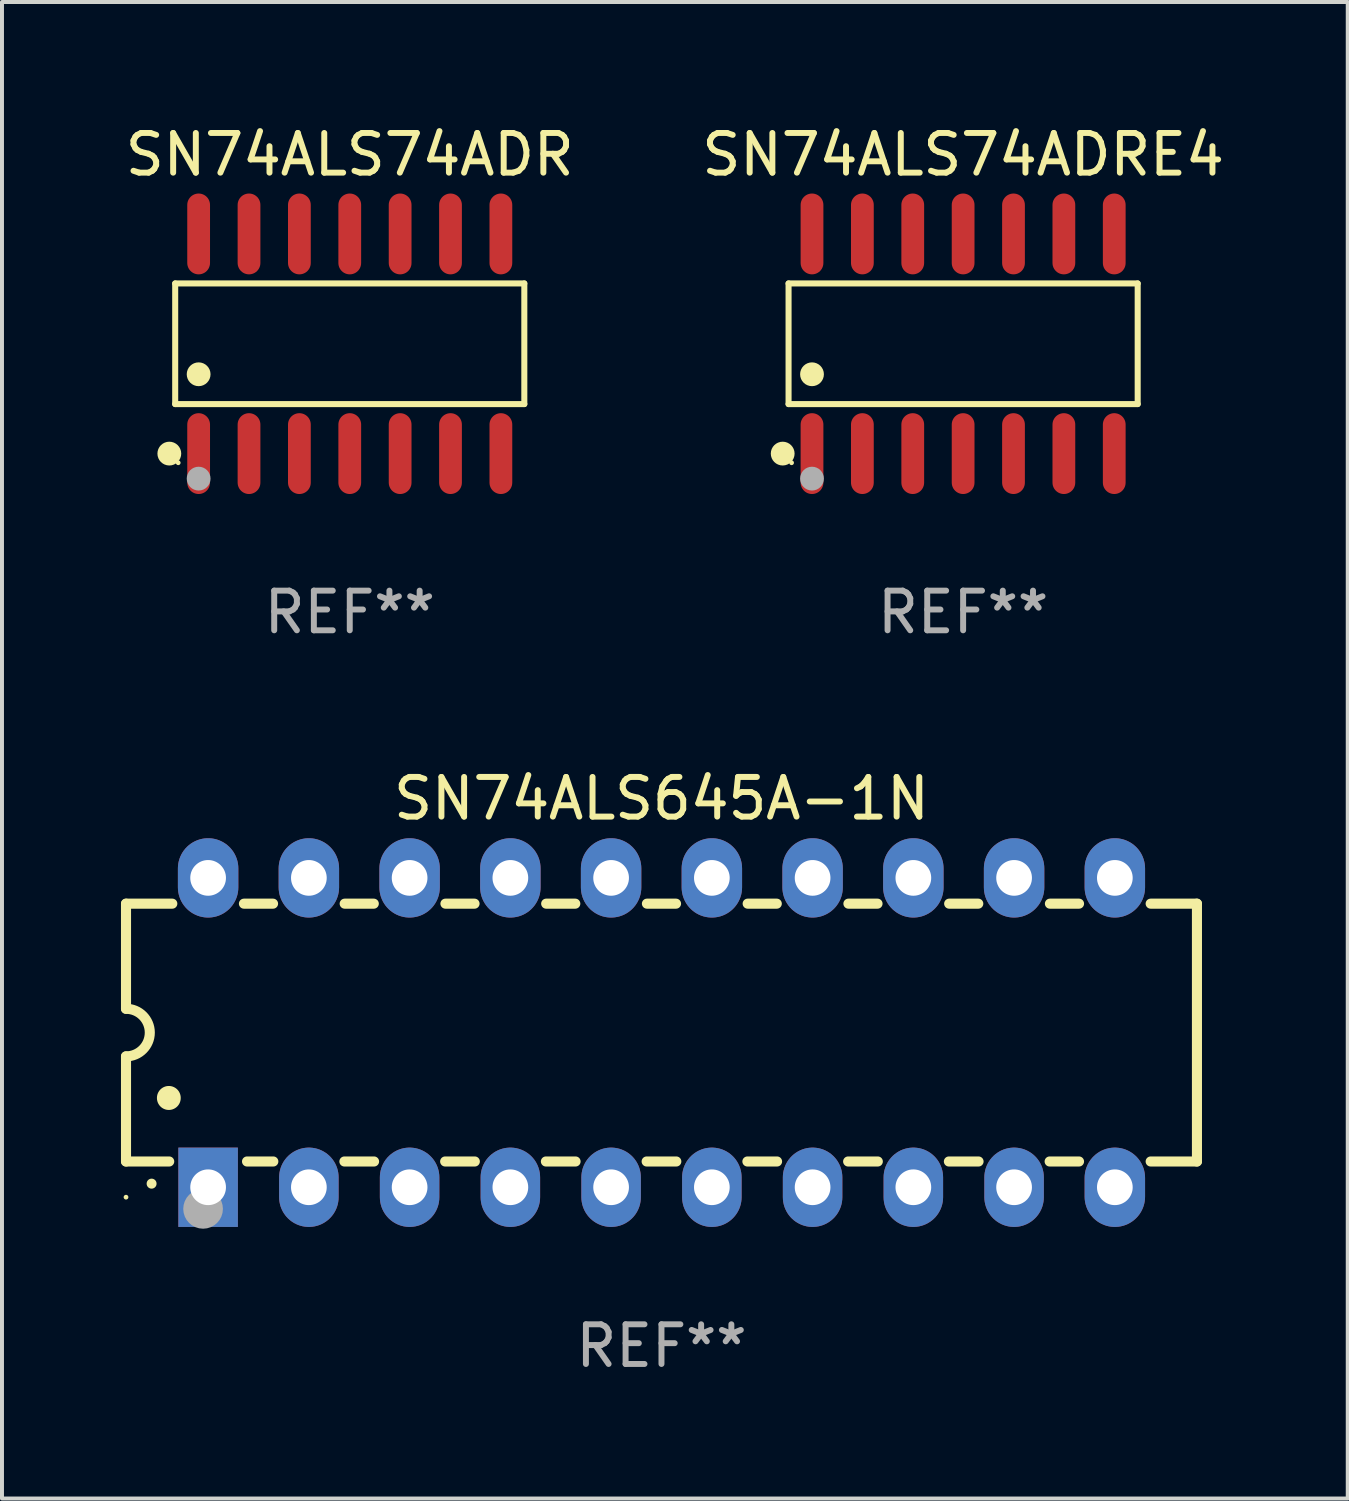
<source format=kicad_pcb>
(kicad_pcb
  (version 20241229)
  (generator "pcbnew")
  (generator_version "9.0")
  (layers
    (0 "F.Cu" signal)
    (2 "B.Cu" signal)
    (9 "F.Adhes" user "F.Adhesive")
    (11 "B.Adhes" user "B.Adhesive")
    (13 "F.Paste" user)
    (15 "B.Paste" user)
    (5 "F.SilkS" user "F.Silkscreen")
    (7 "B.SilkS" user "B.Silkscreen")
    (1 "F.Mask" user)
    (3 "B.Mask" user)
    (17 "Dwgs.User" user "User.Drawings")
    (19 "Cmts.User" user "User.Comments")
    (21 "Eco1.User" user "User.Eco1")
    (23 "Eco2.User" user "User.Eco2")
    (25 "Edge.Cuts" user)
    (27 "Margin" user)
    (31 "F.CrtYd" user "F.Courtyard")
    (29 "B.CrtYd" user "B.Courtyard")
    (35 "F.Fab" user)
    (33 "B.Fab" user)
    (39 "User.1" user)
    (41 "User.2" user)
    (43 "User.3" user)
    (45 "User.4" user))
  (footprint "SN74ALS645A-1N"
    (layer "F.Cu")
    (at 13.627 22.983)
    (property "Reference" "SN74ALS645A-1N" (at 0 -5.9 0) (layer "F.SilkS") (effects (font (size 1 1) (thickness 0.15))))
    (attr through_hole)
    (fp_line (start -13.5 -3.25) (end -12.333 -3.25) (stroke (width 0.254) (type solid)) (layer "F.SilkS"))
    (fp_line (start -13.5 -0.6) (end -13.5 -3.25) (stroke (width 0.254) (type solid)) (layer "F.SilkS"))
    (fp_line (start -13.5 3.25) (end -13.5 0.6) (stroke (width 0.254) (type solid)) (layer "F.SilkS"))
    (fp_line (start -13.5 3.25) (end -12.411 3.25) (stroke (width 0.254) (type solid)) (layer "F.SilkS"))
    (fp_line (start -10.527 -3.25) (end -9.793 -3.25) (stroke (width 0.254) (type solid)) (layer "F.SilkS"))
    (fp_line (start -10.449 3.25) (end -9.786 3.25) (stroke (width 0.254) (type solid)) (layer "F.SilkS"))
    (fp_line (start -7.994 3.25) (end -7.246 3.25) (stroke (width 0.254) (type solid)) (layer "F.SilkS"))
    (fp_line (start -7.987 -3.25) (end -7.253 -3.25) (stroke (width 0.254) (type solid)) (layer "F.SilkS"))
    (fp_line (start -5.454 3.25) (end -4.706 3.25) (stroke (width 0.254) (type solid)) (layer "F.SilkS"))
    (fp_line (start -5.447 -3.25) (end -4.713 -3.25) (stroke (width 0.254) (type solid)) (layer "F.SilkS"))
    (fp_line (start -2.914 3.25) (end -2.166 3.25) (stroke (width 0.254) (type solid)) (layer "F.SilkS"))
    (fp_line (start -2.907 -3.25) (end -2.173 -3.25) (stroke (width 0.254) (type solid)) (layer "F.SilkS"))
    (fp_line (start -0.374 3.25) (end 0.374 3.25) (stroke (width 0.254) (type solid)) (layer "F.SilkS"))
    (fp_line (start -0.367 -3.25) (end 0.367 -3.25) (stroke (width 0.254) (type solid)) (layer "F.SilkS"))
    (fp_line (start 2.166 3.25) (end 2.914 3.25) (stroke (width 0.254) (type solid)) (layer "F.SilkS"))
    (fp_line (start 2.173 -3.25) (end 2.907 -3.25) (stroke (width 0.254) (type solid)) (layer "F.SilkS"))
    (fp_line (start 4.706 3.25) (end 5.454 3.25) (stroke (width 0.254) (type solid)) (layer "F.SilkS"))
    (fp_line (start 4.713 -3.25) (end 5.447 -3.25) (stroke (width 0.254) (type solid)) (layer "F.SilkS"))
    (fp_line (start 7.246 3.25) (end 7.994 3.25) (stroke (width 0.254) (type solid)) (layer "F.SilkS"))
    (fp_line (start 7.253 -3.25) (end 7.987 -3.25) (stroke (width 0.254) (type solid)) (layer "F.SilkS"))
    (fp_line (start 9.786 3.25) (end 10.527 3.25) (stroke (width 0.254) (type solid)) (layer "F.SilkS"))
    (fp_line (start 9.793 -3.25) (end 10.527 -3.25) (stroke (width 0.254) (type solid)) (layer "F.SilkS"))
    (fp_line (start 12.333 -3.25) (end 13.5 -3.25) (stroke (width 0.254) (type solid)) (layer "F.SilkS"))
    (fp_line (start 12.333 3.25) (end 13.5 3.25) (stroke (width 0.254) (type solid)) (layer "F.SilkS"))
    (fp_line (start 13.5 -3.25) (end 13.5 3.25) (stroke (width 0.254) (type solid)) (layer "F.SilkS"))
    (fp_arc (start -13.500127 -0.599442) (mid -12.900406 0.000228) (end -13.500025 0.6) (stroke (width 0.254001) (type solid)) (layer "F.SilkS"))
    (fp_arc (start -12.854966 3.810008) (mid -12.854973 3.808738) (end -12.854966 3.807468) (stroke (width 0.25) (type solid)) (layer "F.SilkS"))
    (fp_arc (start -12.420625 1.651003) (mid -12.420636 1.648463) (end -12.420625 1.645923) (stroke (width 0.6) (type solid)) (layer "F.SilkS"))
    (fp_circle (center -13.5 4.15) (end -13.47 4.15) (stroke (width 0.06) (type solid)) (fill no) (layer "F.SilkS"))
    (fp_circle (center -11.557 4.445) (end -11.307 4.445) (stroke (width 0.5) (type solid)) (fill no) (layer "F.Fab"))
    (fp_text user "REF**" (at 0 7.9 0) (layer "F.Fab") (effects (font (size 1 1) (thickness 0.15))))
    (pad "1" thru_hole rect (at -11.43 3.9 90) (size 2 1.5) (drill 0.9) (layers "*.Cu" "*.Mask"))
    (pad "2" thru_hole oval (at -8.89 3.9 90) (size 2 1.5) (drill 0.9) (layers "*.Cu" "*.Mask"))
    (pad "3" thru_hole oval (at -6.35 3.9 90) (size 2 1.5) (drill 0.9) (layers "*.Cu" "*.Mask"))
    (pad "4" thru_hole oval (at -3.81 3.9 90) (size 2 1.5) (drill 0.9) (layers "*.Cu" "*.Mask"))
    (pad "5" thru_hole oval (at -1.27 3.9 90) (size 2 1.5) (drill 0.9) (layers "*.Cu" "*.Mask"))
    (pad "6" thru_hole oval (at 1.27 3.9 90) (size 2 1.5) (drill 0.9) (layers "*.Cu" "*.Mask"))
    (pad "7" thru_hole oval (at 3.81 3.9 90) (size 2 1.5) (drill 0.9) (layers "*.Cu" "*.Mask"))
    (pad "8" thru_hole oval (at 6.35 3.9 90) (size 2 1.5) (drill 0.9) (layers "*.Cu" "*.Mask"))
    (pad "9" thru_hole oval (at 8.89 3.9 90) (size 2 1.5) (drill 0.9) (layers "*.Cu" "*.Mask"))
    (pad "10" thru_hole oval (at 11.43 3.9 90) (size 2 1.524) (drill 0.9) (layers "*.Cu" "*.Mask"))
    (pad "11" thru_hole oval (at 11.43 -3.9 90) (size 2 1.524) (drill 0.9) (layers "*.Cu" "*.Mask"))
    (pad "12" thru_hole oval (at 8.89 -3.9 90) (size 2 1.524) (drill 0.9) (layers "*.Cu" "*.Mask"))
    (pad "13" thru_hole oval (at 6.35 -3.9 90) (size 2 1.524) (drill 0.9) (layers "*.Cu" "*.Mask"))
    (pad "14" thru_hole oval (at 3.81 -3.9 90) (size 2 1.524) (drill 0.9) (layers "*.Cu" "*.Mask"))
    (pad "15" thru_hole oval (at 1.27 -3.9 90) (size 2 1.524) (drill 0.9) (layers "*.Cu" "*.Mask"))
    (pad "16" thru_hole oval (at -1.27 -3.9 90) (size 2 1.524) (drill 0.9) (layers "*.Cu" "*.Mask"))
    (pad "17" thru_hole oval (at -3.81 -3.9 90) (size 2 1.524) (drill 0.9) (layers "*.Cu" "*.Mask"))
    (pad "18" thru_hole oval (at -6.35 -3.9 90) (size 2 1.524) (drill 0.9) (layers "*.Cu" "*.Mask"))
    (pad "19" thru_hole oval (at -8.89 -3.9 90) (size 2 1.524) (drill 0.9) (layers "*.Cu" "*.Mask"))
    (pad "20" thru_hole oval (at -11.43 -3.9 90) (size 2 1.524) (drill 0.9) (layers "*.Cu" "*.Mask")))
  (footprint "SN74ALS74ADR"
    (layer "F.Cu")
    (at 5.768 5.617)
    (property "Reference" "SN74ALS74ADR" (at 0 -4.769 0) (layer "F.SilkS") (effects (font (size 1 1) (thickness 0.15))))
    (attr through_hole)
    (fp_line (start -4.401 -1.521) (end 4.401 -1.521) (stroke (width 0.152) (type solid)) (layer "F.SilkS"))
    (fp_line (start -4.401 1.521) (end -4.401 -1.521) (stroke (width 0.152) (type solid)) (layer "F.SilkS"))
    (fp_line (start 4.401 -1.521) (end 4.401 1.521) (stroke (width 0.152) (type solid)) (layer "F.SilkS"))
    (fp_line (start 4.401 1.521) (end -4.401 1.521) (stroke (width 0.152) (type solid)) (layer "F.SilkS"))
    (fp_circle (center -4.549 2.769) (end -4.399 2.769) (stroke (width 0.3) (type solid)) (fill no) (layer "F.SilkS"))
    (fp_circle (center -4.325 3) (end -4.295 3) (stroke (width 0.06) (type solid)) (fill no) (layer "F.SilkS"))
    (fp_circle (center -3.81 0.769) (end -3.66 0.769) (stroke (width 0.3) (type solid)) (fill no) (layer "F.SilkS"))
    (fp_circle (center -3.81 3.4) (end -3.66 3.4) (stroke (width 0.3) (type solid)) (fill no) (layer "F.Fab"))
    (fp_text user "REF**" (at 0 6.769 0) (layer "F.Fab") (effects (font (size 1 1) (thickness 0.15))))
    (pad "1" smd oval (at -3.81 2.769) (size 0.574 2.038) (layers "F.Cu" "F.Mask" "F.Paste"))
    (pad "2" smd oval (at -2.54 2.769) (size 0.574 2.038) (layers "F.Cu" "F.Mask" "F.Paste"))
    (pad "3" smd oval (at -1.27 2.769) (size 0.574 2.038) (layers "F.Cu" "F.Mask" "F.Paste"))
    (pad "4" smd oval (at 0 2.769) (size 0.574 2.038) (layers "F.Cu" "F.Mask" "F.Paste"))
    (pad "5" smd oval (at 1.27 2.769) (size 0.574 2.038) (layers "F.Cu" "F.Mask" "F.Paste"))
    (pad "6" smd oval (at 2.54 2.769) (size 0.574 2.038) (layers "F.Cu" "F.Mask" "F.Paste"))
    (pad "7" smd oval (at 3.81 2.769) (size 0.574 2.038) (layers "F.Cu" "F.Mask" "F.Paste"))
    (pad "8" smd oval (at 3.81 -2.769) (size 0.574 2.038) (layers "F.Cu" "F.Mask" "F.Paste"))
    (pad "9" smd oval (at 2.54 -2.769) (size 0.574 2.038) (layers "F.Cu" "F.Mask" "F.Paste"))
    (pad "10" smd oval (at 1.27 -2.769) (size 0.574 2.038) (layers "F.Cu" "F.Mask" "F.Paste"))
    (pad "11" smd oval (at 0 -2.769) (size 0.574 2.038) (layers "F.Cu" "F.Mask" "F.Paste"))
    (pad "12" smd oval (at -1.27 -2.769) (size 0.574 2.038) (layers "F.Cu" "F.Mask" "F.Paste"))
    (pad "13" smd oval (at -2.54 -2.769) (size 0.574 2.038) (layers "F.Cu" "F.Mask" "F.Paste"))
    (pad "14" smd oval (at -3.81 -2.769) (size 0.574 2.038) (layers "F.Cu" "F.Mask" "F.Paste")))
  (footprint "SN74ALS74ADRE4"
    (layer "F.Cu")
    (at 21.232 5.617)
    (property "Reference" "SN74ALS74ADRE4" (at 0 -4.769 0) (layer "F.SilkS") (effects (font (size 1 1) (thickness 0.15))))
    (attr through_hole)
    (fp_line (start -4.401 -1.521) (end 4.401 -1.521) (stroke (width 0.152) (type solid)) (layer "F.SilkS"))
    (fp_line (start -4.401 1.521) (end -4.401 -1.521) (stroke (width 0.152) (type solid)) (layer "F.SilkS"))
    (fp_line (start 4.401 -1.521) (end 4.401 1.521) (stroke (width 0.152) (type solid)) (layer "F.SilkS"))
    (fp_line (start 4.401 1.521) (end -4.401 1.521) (stroke (width 0.152) (type solid)) (layer "F.SilkS"))
    (fp_circle (center -4.549 2.769) (end -4.399 2.769) (stroke (width 0.3) (type solid)) (fill no) (layer "F.SilkS"))
    (fp_circle (center -4.325 3) (end -4.295 3) (stroke (width 0.06) (type solid)) (fill no) (layer "F.SilkS"))
    (fp_circle (center -3.81 0.769) (end -3.66 0.769) (stroke (width 0.3) (type solid)) (fill no) (layer "F.SilkS"))
    (fp_circle (center -3.81 3.4) (end -3.66 3.4) (stroke (width 0.3) (type solid)) (fill no) (layer "F.Fab"))
    (fp_text user "REF**" (at 0 6.769 0) (layer "F.Fab") (effects (font (size 1 1) (thickness 0.15))))
    (pad "1" smd oval (at -3.81 2.769) (size 0.574 2.038) (layers "F.Cu" "F.Mask" "F.Paste"))
    (pad "2" smd oval (at -2.54 2.769) (size 0.574 2.038) (layers "F.Cu" "F.Mask" "F.Paste"))
    (pad "3" smd oval (at -1.27 2.769) (size 0.574 2.038) (layers "F.Cu" "F.Mask" "F.Paste"))
    (pad "4" smd oval (at 0 2.769) (size 0.574 2.038) (layers "F.Cu" "F.Mask" "F.Paste"))
    (pad "5" smd oval (at 1.27 2.769) (size 0.574 2.038) (layers "F.Cu" "F.Mask" "F.Paste"))
    (pad "6" smd oval (at 2.54 2.769) (size 0.574 2.038) (layers "F.Cu" "F.Mask" "F.Paste"))
    (pad "7" smd oval (at 3.81 2.769) (size 0.574 2.038) (layers "F.Cu" "F.Mask" "F.Paste"))
    (pad "8" smd oval (at 3.81 -2.769) (size 0.574 2.038) (layers "F.Cu" "F.Mask" "F.Paste"))
    (pad "9" smd oval (at 2.54 -2.769) (size 0.574 2.038) (layers "F.Cu" "F.Mask" "F.Paste"))
    (pad "10" smd oval (at 1.27 -2.769) (size 0.574 2.038) (layers "F.Cu" "F.Mask" "F.Paste"))
    (pad "11" smd oval (at 0 -2.769) (size 0.574 2.038) (layers "F.Cu" "F.Mask" "F.Paste"))
    (pad "12" smd oval (at -1.27 -2.769) (size 0.574 2.038) (layers "F.Cu" "F.Mask" "F.Paste"))
    (pad "13" smd oval (at -2.54 -2.769) (size 0.574 2.038) (layers "F.Cu" "F.Mask" "F.Paste"))
    (pad "14" smd oval (at -3.81 -2.769) (size 0.574 2.038) (layers "F.Cu" "F.Mask" "F.Paste")))
  (gr_rect
    (start -3 -3)
    (end 30.929 34.731)
    (stroke (width 0.1) (type default))
    (fill no)
    (layer "Edge.Cuts")))
</source>
